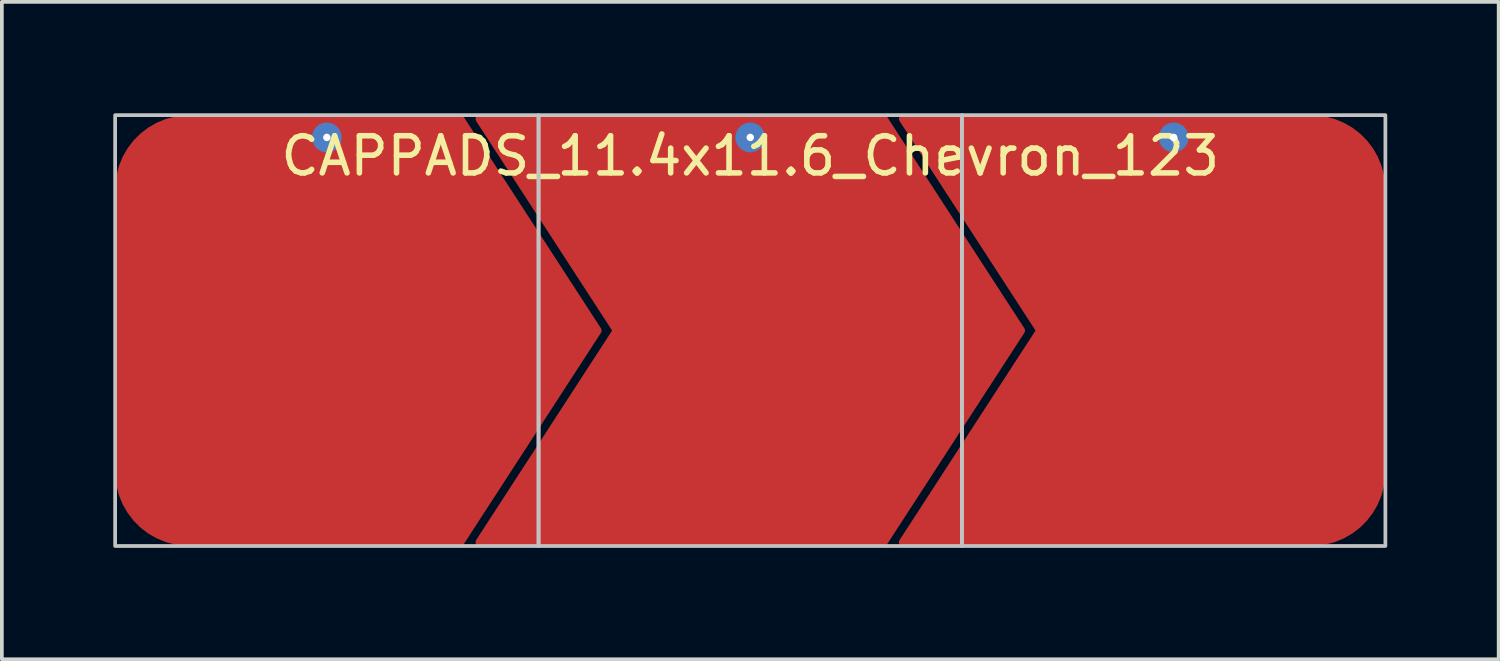
<source format=kicad_pcb>
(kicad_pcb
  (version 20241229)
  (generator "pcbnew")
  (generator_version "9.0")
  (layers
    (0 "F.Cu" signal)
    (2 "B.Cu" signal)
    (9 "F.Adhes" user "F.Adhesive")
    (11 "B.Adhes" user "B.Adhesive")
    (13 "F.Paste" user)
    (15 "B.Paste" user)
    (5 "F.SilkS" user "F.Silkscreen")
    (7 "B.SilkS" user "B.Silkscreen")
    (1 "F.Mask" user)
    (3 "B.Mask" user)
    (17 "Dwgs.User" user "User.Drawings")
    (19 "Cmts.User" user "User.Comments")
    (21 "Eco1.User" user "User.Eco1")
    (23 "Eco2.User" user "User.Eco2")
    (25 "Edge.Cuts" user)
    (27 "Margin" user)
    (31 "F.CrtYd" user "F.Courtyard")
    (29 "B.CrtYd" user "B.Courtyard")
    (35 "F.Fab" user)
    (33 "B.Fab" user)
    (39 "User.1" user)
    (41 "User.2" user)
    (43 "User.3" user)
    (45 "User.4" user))
  (footprint "CAPPADS_11.4x11.6_Chevron_123"
    (layer "F.Cu")
    (at 17.15 5.85)
    (property "Reference" "CAPPADS_11.4x11.6_Chevron_123" (at 0 -4.7 0) (unlocked yes) (layer "F.SilkS") (effects (font (size 1 1) (thickness 0.15))))
    (attr through_hole)
    (fp_rect (start -17.1 -5.8) (end -5.7 5.8) (stroke (width 0.1) (type solid)) (fill no) (layer "Dwgs.User"))
    (fp_rect (start -5.7 -5.8) (end 5.7 5.8) (stroke (width 0.1) (type solid)) (fill no) (layer "Dwgs.User"))
    (fp_rect (start 5.7 -5.8) (end 17.1 5.8) (stroke (width 0.1) (type solid)) (fill no) (layer "Dwgs.User"))
    (pad "1" thru_hole circle (at -11.4 -5.2) (size 0.8 0.8) (drill 0.2) (layers "*.Cu"))
    (pad "1" smd custom (at -11.4 0) (size 0.8 0.8) (layers "F.Cu") (options (anchor rect)) (primitives (gr_poly (pts (xy -3.7 -5.7) (xy 3.6 -5.7) (xy 7.3 0) (xy 3.6 5.7) (xy -3.7 5.7) (xy -5.6 3.8) (xy -5.6 -3.8)) (width 0.2) (fill yes)) (gr_circle (center -3.7 -3.8) (end -1.8 -3.8) (width 0.2) (fill yes)) (gr_circle (center -3.7 3.8) (end -1.8 3.8) (width 0.2) (fill yes))))
    (pad "2" thru_hole circle (at 0 -5.2) (size 0.8 0.8) (drill 0.2) (layers "*.Cu"))
    (pad "2" smd custom (at 0 0) (size 0.8 0.8) (layers "F.Cu") (options (anchor rect)) (primitives (gr_poly (pts (xy -7.3 -5.7) (xy 3.6 -5.7) (xy 7.3 0) (xy 3.6 5.7) (xy -7.3 5.7) (xy -3.6 0)) (width 0.2) (fill yes))))
    (pad "3" thru_hole circle (at 11.4 -5.2) (size 0.8 0.8) (drill 0.2) (layers "*.Cu"))
    (pad "3" smd custom (at 11.4 0) (size 0.8 0.8) (layers "F.Cu") (options (anchor rect)) (primitives (gr_poly (pts (xy -7.3 -5.7) (xy 3.7 -5.7) (xy 5.6 -3.8) (xy 5.6 3.8) (xy 3.7 5.7) (xy -7.3 5.7) (xy -3.6 0)) (width 0.2) (fill yes)) (gr_circle (center 3.7 3.8) (end 5.6 3.8) (width 0.2) (fill yes)) (gr_circle (center 3.7 -3.8) (end 5.6 -3.8) (width 0.2) (fill yes)))))
  (gr_rect
    (start -3 -3)
    (end 37.3 14.7)
    (stroke (width 0.1) (type default))
    (fill no)
    (layer "Edge.Cuts")))
</source>
